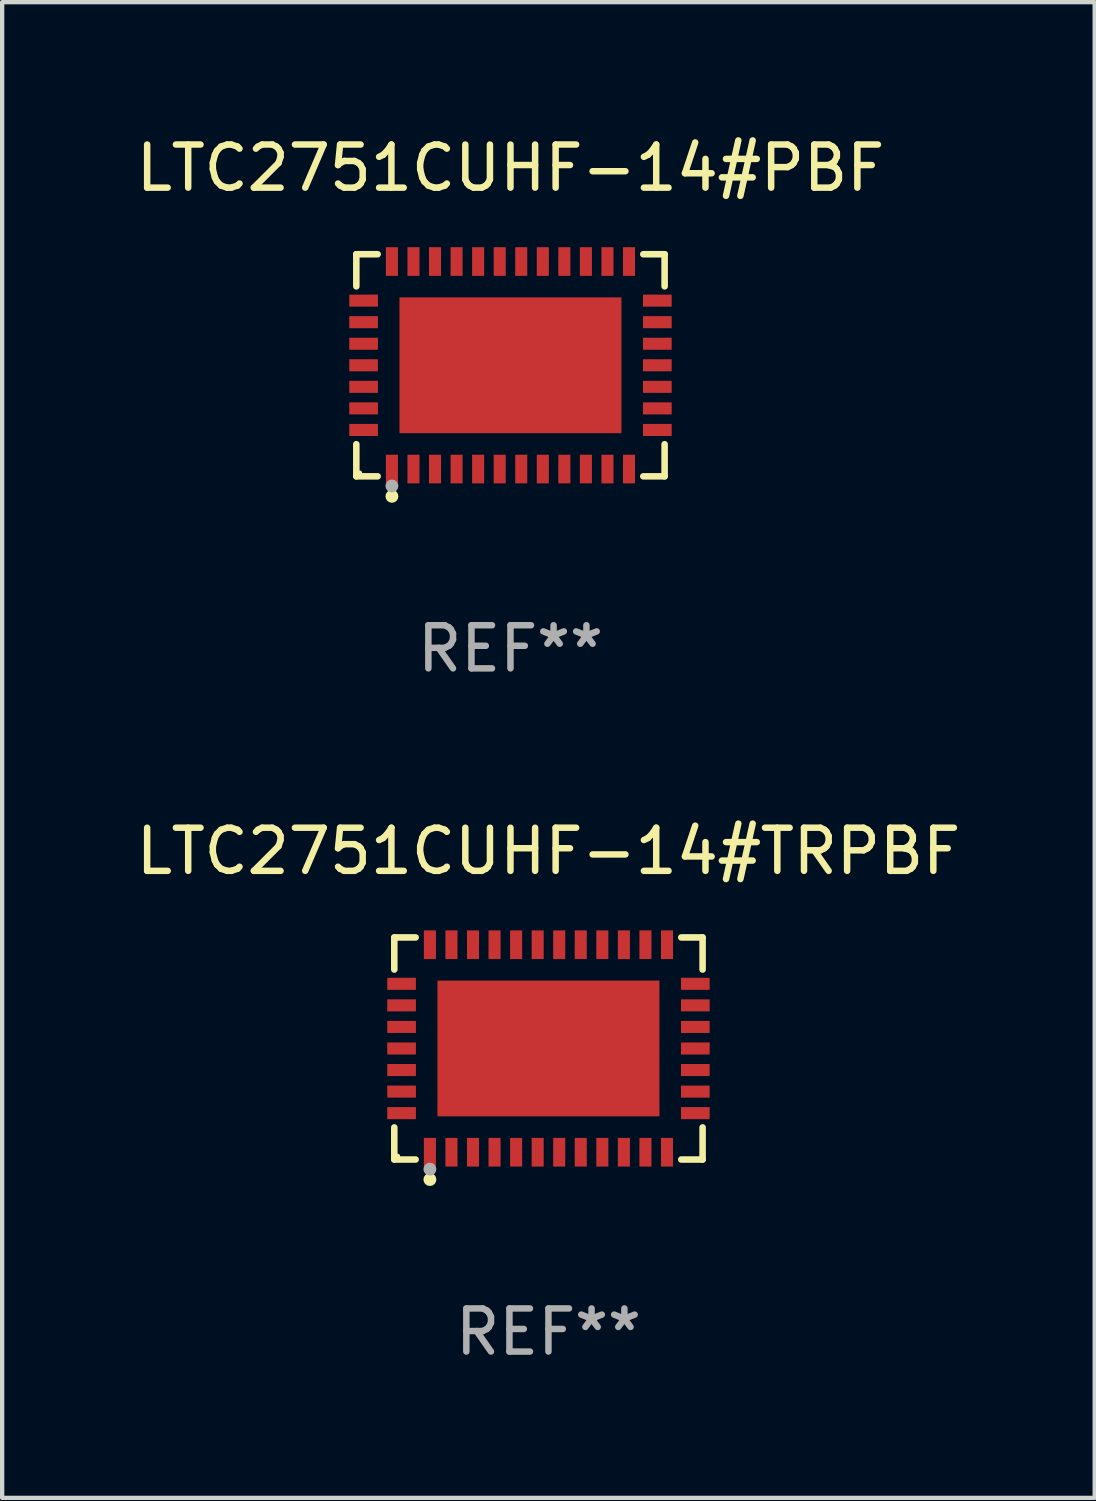
<source format=kicad_pcb>
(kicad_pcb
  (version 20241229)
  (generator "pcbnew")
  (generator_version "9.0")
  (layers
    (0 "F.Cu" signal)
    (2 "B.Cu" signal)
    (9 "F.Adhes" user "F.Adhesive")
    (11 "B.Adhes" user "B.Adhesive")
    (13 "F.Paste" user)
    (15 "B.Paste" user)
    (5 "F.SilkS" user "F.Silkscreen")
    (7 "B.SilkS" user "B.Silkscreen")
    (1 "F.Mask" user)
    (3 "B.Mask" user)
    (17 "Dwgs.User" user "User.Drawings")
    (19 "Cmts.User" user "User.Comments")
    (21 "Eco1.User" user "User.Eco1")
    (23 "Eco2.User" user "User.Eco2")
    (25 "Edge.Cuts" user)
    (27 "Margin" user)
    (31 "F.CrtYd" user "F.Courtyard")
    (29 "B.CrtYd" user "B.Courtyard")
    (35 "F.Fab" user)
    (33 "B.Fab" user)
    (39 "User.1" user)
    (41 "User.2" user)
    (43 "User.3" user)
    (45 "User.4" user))
  (footprint "LTC2751CUHF-14#TRPBF"
    (layer "F.Cu")
    (at 9.673 21.273)
    (property "Reference" "LTC2751CUHF-14#TRPBF" (at 0 -4.576 0) (layer "F.SilkS") (effects (font (size 1 1) (thickness 0.15))))
    (attr through_hole)
    (fp_line (start -3.576 -2.576) (end -3.081 -2.576) (stroke (width 0.152) (type solid)) (layer "F.SilkS"))
    (fp_line (start -3.576 -1.831) (end -3.576 -2.576) (stroke (width 0.152) (type solid)) (layer "F.SilkS"))
    (fp_line (start -3.576 1.831) (end -3.576 2.576) (stroke (width 0.152) (type solid)) (layer "F.SilkS"))
    (fp_line (start -3.576 2.576) (end -3.081 2.576) (stroke (width 0.152) (type solid)) (layer "F.SilkS"))
    (fp_line (start 3.576 -2.576) (end 3.081 -2.576) (stroke (width 0.152) (type solid)) (layer "F.SilkS"))
    (fp_line (start 3.576 -1.831) (end 3.576 -2.576) (stroke (width 0.152) (type solid)) (layer "F.SilkS"))
    (fp_line (start 3.576 1.831) (end 3.576 2.576) (stroke (width 0.152) (type solid)) (layer "F.SilkS"))
    (fp_line (start 3.576 2.576) (end 3.081 2.576) (stroke (width 0.152) (type solid)) (layer "F.SilkS"))
    (fp_circle (center -3.5 2.5) (end -3.47 2.5) (stroke (width 0.06) (type solid)) (fill no) (layer "F.SilkS"))
    (fp_circle (center -2.75 3.04) (end -2.675 3.04) (stroke (width 0.15) (type solid)) (fill no) (layer "F.SilkS"))
    (fp_circle (center -2.75 2.8) (end -2.675 2.8) (stroke (width 0.15) (type solid)) (fill no) (layer "F.Fab"))
    (fp_text user "REF**" (at 0 6.576 0) (layer "F.Fab") (effects (font (size 1 1) (thickness 0.15))))
    (pad "1" smd rect (at -2.75 2.407) (size 0.28 0.665) (layers "F.Cu" "F.Mask" "F.Paste"))
    (pad "2" smd rect (at -2.25 2.407) (size 0.28 0.665) (layers "F.Cu" "F.Mask" "F.Paste"))
    (pad "3" smd rect (at -1.75 2.407) (size 0.28 0.665) (layers "F.Cu" "F.Mask" "F.Paste"))
    (pad "4" smd rect (at -1.25 2.407) (size 0.28 0.665) (layers "F.Cu" "F.Mask" "F.Paste"))
    (pad "5" smd rect (at -0.75 2.407) (size 0.28 0.665) (layers "F.Cu" "F.Mask" "F.Paste"))
    (pad "6" smd rect (at -0.25 2.407) (size 0.28 0.665) (layers "F.Cu" "F.Mask" "F.Paste"))
    (pad "7" smd rect (at 0.25 2.407) (size 0.28 0.665) (layers "F.Cu" "F.Mask" "F.Paste"))
    (pad "8" smd rect (at 0.75 2.407) (size 0.28 0.665) (layers "F.Cu" "F.Mask" "F.Paste"))
    (pad "9" smd rect (at 1.25 2.407) (size 0.28 0.665) (layers "F.Cu" "F.Mask" "F.Paste"))
    (pad "10" smd rect (at 1.75 2.407) (size 0.28 0.665) (layers "F.Cu" "F.Mask" "F.Paste"))
    (pad "11" smd rect (at 2.25 2.407) (size 0.28 0.665) (layers "F.Cu" "F.Mask" "F.Paste"))
    (pad "12" smd rect (at 2.75 2.407) (size 0.28 0.665) (layers "F.Cu" "F.Mask" "F.Paste"))
    (pad "13" smd rect (at 3.407 1.5) (size 0.665 0.28) (layers "F.Cu" "F.Mask" "F.Paste"))
    (pad "14" smd rect (at 3.407 1) (size 0.665 0.28) (layers "F.Cu" "F.Mask" "F.Paste"))
    (pad "15" smd rect (at 3.407 0.5) (size 0.665 0.28) (layers "F.Cu" "F.Mask" "F.Paste"))
    (pad "16" smd rect (at 3.407 0) (size 0.665 0.28) (layers "F.Cu" "F.Mask" "F.Paste"))
    (pad "17" smd rect (at 3.407 -0.5) (size 0.665 0.28) (layers "F.Cu" "F.Mask" "F.Paste"))
    (pad "18" smd rect (at 3.407 -1) (size 0.665 0.28) (layers "F.Cu" "F.Mask" "F.Paste"))
    (pad "19" smd rect (at 3.407 -1.5) (size 0.665 0.28) (layers "F.Cu" "F.Mask" "F.Paste"))
    (pad "20" smd rect (at 2.75 -2.407) (size 0.28 0.665) (layers "F.Cu" "F.Mask" "F.Paste"))
    (pad "21" smd rect (at 2.25 -2.407) (size 0.28 0.665) (layers "F.Cu" "F.Mask" "F.Paste"))
    (pad "22" smd rect (at 1.75 -2.407) (size 0.28 0.665) (layers "F.Cu" "F.Mask" "F.Paste"))
    (pad "23" smd rect (at 1.25 -2.407) (size 0.28 0.665) (layers "F.Cu" "F.Mask" "F.Paste"))
    (pad "24" smd rect (at 0.75 -2.407) (size 0.28 0.665) (layers "F.Cu" "F.Mask" "F.Paste"))
    (pad "25" smd rect (at 0.25 -2.407) (size 0.28 0.665) (layers "F.Cu" "F.Mask" "F.Paste"))
    (pad "26" smd rect (at -0.25 -2.407) (size 0.28 0.665) (layers "F.Cu" "F.Mask" "F.Paste"))
    (pad "27" smd rect (at -0.75 -2.407) (size 0.28 0.665) (layers "F.Cu" "F.Mask" "F.Paste"))
    (pad "28" smd rect (at -1.25 -2.407) (size 0.28 0.665) (layers "F.Cu" "F.Mask" "F.Paste"))
    (pad "29" smd rect (at -1.75 -2.407) (size 0.28 0.665) (layers "F.Cu" "F.Mask" "F.Paste"))
    (pad "30" smd rect (at -2.25 -2.407) (size 0.28 0.665) (layers "F.Cu" "F.Mask" "F.Paste"))
    (pad "31" smd rect (at -2.75 -2.407) (size 0.28 0.665) (layers "F.Cu" "F.Mask" "F.Paste"))
    (pad "32" smd rect (at -3.407 -1.5) (size 0.665 0.28) (layers "F.Cu" "F.Mask" "F.Paste"))
    (pad "33" smd rect (at -3.407 -1) (size 0.665 0.28) (layers "F.Cu" "F.Mask" "F.Paste"))
    (pad "34" smd rect (at -3.407 -0.5) (size 0.665 0.28) (layers "F.Cu" "F.Mask" "F.Paste"))
    (pad "35" smd rect (at -3.407 0) (size 0.665 0.28) (layers "F.Cu" "F.Mask" "F.Paste"))
    (pad "36" smd rect (at -3.407 0.5) (size 0.665 0.28) (layers "F.Cu" "F.Mask" "F.Paste"))
    (pad "37" smd rect (at -3.407 1) (size 0.665 0.28) (layers "F.Cu" "F.Mask" "F.Paste"))
    (pad "38" smd rect (at -3.407 1.5) (size 0.665 0.28) (layers "F.Cu" "F.Mask" "F.Paste"))
    (pad "39" smd rect (at 0 0) (size 5.15 3.15) (layers "F.Cu" "F.Mask" "F.Paste")))
  (footprint "LTC2751CUHF-14#PBF"
    (layer "F.Cu")
    (at 8.792 5.424)
    (property "Reference" "LTC2751CUHF-14#PBF" (at 0 -4.576 0) (layer "F.SilkS") (effects (font (size 1 1) (thickness 0.15))))
    (attr through_hole)
    (fp_line (start -3.576 -2.576) (end -3.081 -2.576) (stroke (width 0.152) (type solid)) (layer "F.SilkS"))
    (fp_line (start -3.576 -1.831) (end -3.576 -2.576) (stroke (width 0.152) (type solid)) (layer "F.SilkS"))
    (fp_line (start -3.576 1.831) (end -3.576 2.576) (stroke (width 0.152) (type solid)) (layer "F.SilkS"))
    (fp_line (start -3.576 2.576) (end -3.081 2.576) (stroke (width 0.152) (type solid)) (layer "F.SilkS"))
    (fp_line (start 3.576 -2.576) (end 3.081 -2.576) (stroke (width 0.152) (type solid)) (layer "F.SilkS"))
    (fp_line (start 3.576 -1.831) (end 3.576 -2.576) (stroke (width 0.152) (type solid)) (layer "F.SilkS"))
    (fp_line (start 3.576 1.831) (end 3.576 2.576) (stroke (width 0.152) (type solid)) (layer "F.SilkS"))
    (fp_line (start 3.576 2.576) (end 3.081 2.576) (stroke (width 0.152) (type solid)) (layer "F.SilkS"))
    (fp_circle (center -3.5 2.5) (end -3.47 2.5) (stroke (width 0.06) (type solid)) (fill no) (layer "F.SilkS"))
    (fp_circle (center -2.75 3.04) (end -2.675 3.04) (stroke (width 0.15) (type solid)) (fill no) (layer "F.SilkS"))
    (fp_circle (center -2.75 2.8) (end -2.675 2.8) (stroke (width 0.15) (type solid)) (fill no) (layer "F.Fab"))
    (fp_text user "REF**" (at 0 6.576 0) (layer "F.Fab") (effects (font (size 1 1) (thickness 0.15))))
    (pad "1" smd rect (at -2.75 2.407) (size 0.28 0.665) (layers "F.Cu" "F.Mask" "F.Paste"))
    (pad "2" smd rect (at -2.25 2.407) (size 0.28 0.665) (layers "F.Cu" "F.Mask" "F.Paste"))
    (pad "3" smd rect (at -1.75 2.407) (size 0.28 0.665) (layers "F.Cu" "F.Mask" "F.Paste"))
    (pad "4" smd rect (at -1.25 2.407) (size 0.28 0.665) (layers "F.Cu" "F.Mask" "F.Paste"))
    (pad "5" smd rect (at -0.75 2.407) (size 0.28 0.665) (layers "F.Cu" "F.Mask" "F.Paste"))
    (pad "6" smd rect (at -0.25 2.407) (size 0.28 0.665) (layers "F.Cu" "F.Mask" "F.Paste"))
    (pad "7" smd rect (at 0.25 2.407) (size 0.28 0.665) (layers "F.Cu" "F.Mask" "F.Paste"))
    (pad "8" smd rect (at 0.75 2.407) (size 0.28 0.665) (layers "F.Cu" "F.Mask" "F.Paste"))
    (pad "9" smd rect (at 1.25 2.407) (size 0.28 0.665) (layers "F.Cu" "F.Mask" "F.Paste"))
    (pad "10" smd rect (at 1.75 2.407) (size 0.28 0.665) (layers "F.Cu" "F.Mask" "F.Paste"))
    (pad "11" smd rect (at 2.25 2.407) (size 0.28 0.665) (layers "F.Cu" "F.Mask" "F.Paste"))
    (pad "12" smd rect (at 2.75 2.407) (size 0.28 0.665) (layers "F.Cu" "F.Mask" "F.Paste"))
    (pad "13" smd rect (at 3.407 1.5) (size 0.665 0.28) (layers "F.Cu" "F.Mask" "F.Paste"))
    (pad "14" smd rect (at 3.407 1) (size 0.665 0.28) (layers "F.Cu" "F.Mask" "F.Paste"))
    (pad "15" smd rect (at 3.407 0.5) (size 0.665 0.28) (layers "F.Cu" "F.Mask" "F.Paste"))
    (pad "16" smd rect (at 3.407 0) (size 0.665 0.28) (layers "F.Cu" "F.Mask" "F.Paste"))
    (pad "17" smd rect (at 3.407 -0.5) (size 0.665 0.28) (layers "F.Cu" "F.Mask" "F.Paste"))
    (pad "18" smd rect (at 3.407 -1) (size 0.665 0.28) (layers "F.Cu" "F.Mask" "F.Paste"))
    (pad "19" smd rect (at 3.407 -1.5) (size 0.665 0.28) (layers "F.Cu" "F.Mask" "F.Paste"))
    (pad "20" smd rect (at 2.75 -2.407) (size 0.28 0.665) (layers "F.Cu" "F.Mask" "F.Paste"))
    (pad "21" smd rect (at 2.25 -2.407) (size 0.28 0.665) (layers "F.Cu" "F.Mask" "F.Paste"))
    (pad "22" smd rect (at 1.75 -2.407) (size 0.28 0.665) (layers "F.Cu" "F.Mask" "F.Paste"))
    (pad "23" smd rect (at 1.25 -2.407) (size 0.28 0.665) (layers "F.Cu" "F.Mask" "F.Paste"))
    (pad "24" smd rect (at 0.75 -2.407) (size 0.28 0.665) (layers "F.Cu" "F.Mask" "F.Paste"))
    (pad "25" smd rect (at 0.25 -2.407) (size 0.28 0.665) (layers "F.Cu" "F.Mask" "F.Paste"))
    (pad "26" smd rect (at -0.25 -2.407) (size 0.28 0.665) (layers "F.Cu" "F.Mask" "F.Paste"))
    (pad "27" smd rect (at -0.75 -2.407) (size 0.28 0.665) (layers "F.Cu" "F.Mask" "F.Paste"))
    (pad "28" smd rect (at -1.25 -2.407) (size 0.28 0.665) (layers "F.Cu" "F.Mask" "F.Paste"))
    (pad "29" smd rect (at -1.75 -2.407) (size 0.28 0.665) (layers "F.Cu" "F.Mask" "F.Paste"))
    (pad "30" smd rect (at -2.25 -2.407) (size 0.28 0.665) (layers "F.Cu" "F.Mask" "F.Paste"))
    (pad "31" smd rect (at -2.75 -2.407) (size 0.28 0.665) (layers "F.Cu" "F.Mask" "F.Paste"))
    (pad "32" smd rect (at -3.407 -1.5) (size 0.665 0.28) (layers "F.Cu" "F.Mask" "F.Paste"))
    (pad "33" smd rect (at -3.407 -1) (size 0.665 0.28) (layers "F.Cu" "F.Mask" "F.Paste"))
    (pad "34" smd rect (at -3.407 -0.5) (size 0.665 0.28) (layers "F.Cu" "F.Mask" "F.Paste"))
    (pad "35" smd rect (at -3.407 0) (size 0.665 0.28) (layers "F.Cu" "F.Mask" "F.Paste"))
    (pad "36" smd rect (at -3.407 0.5) (size 0.665 0.28) (layers "F.Cu" "F.Mask" "F.Paste"))
    (pad "37" smd rect (at -3.407 1) (size 0.665 0.28) (layers "F.Cu" "F.Mask" "F.Paste"))
    (pad "38" smd rect (at -3.407 1.5) (size 0.665 0.28) (layers "F.Cu" "F.Mask" "F.Paste"))
    (pad "39" smd rect (at 0 0) (size 5.15 3.15) (layers "F.Cu" "F.Mask" "F.Paste")))
  (gr_rect
    (start -3 -3)
    (end 22.345 31.698)
    (stroke (width 0.1) (type default))
    (fill no)
    (layer "Edge.Cuts")))
</source>
